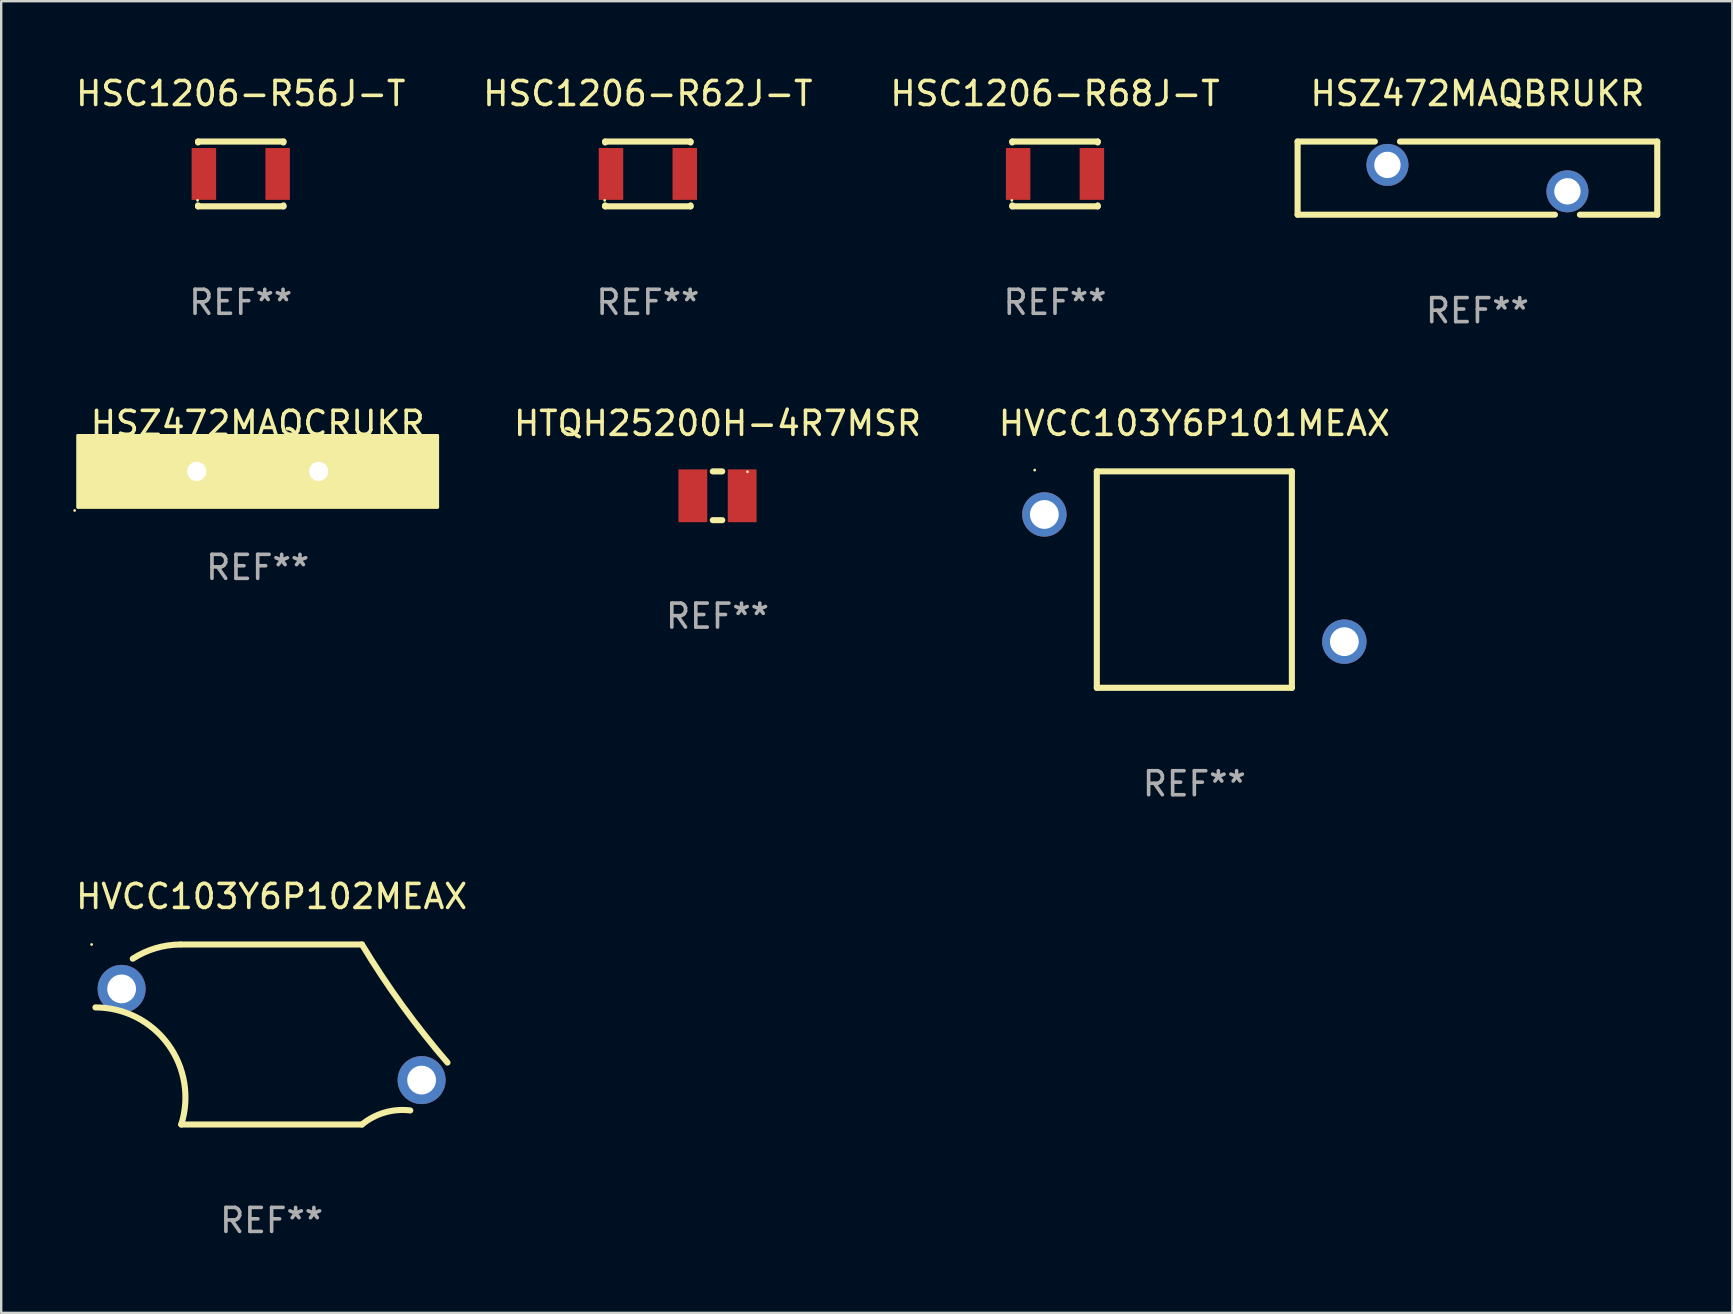
<source format=kicad_pcb>
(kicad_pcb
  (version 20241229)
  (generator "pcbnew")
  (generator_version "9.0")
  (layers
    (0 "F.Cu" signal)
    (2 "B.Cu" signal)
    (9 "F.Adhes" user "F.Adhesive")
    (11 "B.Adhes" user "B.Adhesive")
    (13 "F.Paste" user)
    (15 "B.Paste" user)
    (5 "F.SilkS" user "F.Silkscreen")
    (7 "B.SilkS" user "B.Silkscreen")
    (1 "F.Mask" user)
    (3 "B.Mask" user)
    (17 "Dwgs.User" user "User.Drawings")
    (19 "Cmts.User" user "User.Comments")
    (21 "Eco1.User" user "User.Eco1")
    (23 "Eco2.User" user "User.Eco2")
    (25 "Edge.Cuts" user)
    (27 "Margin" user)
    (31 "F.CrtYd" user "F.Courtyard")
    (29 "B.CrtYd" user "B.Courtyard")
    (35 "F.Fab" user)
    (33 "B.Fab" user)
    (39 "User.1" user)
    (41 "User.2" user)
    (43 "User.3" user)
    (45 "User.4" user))
  (footprint "HSZ472MAQBRUKR"
    (layer "F.Cu")
    (at 58.513 4.372)
    (property "Reference" "HSZ472MAQBRUKR" (at 0 -3.524 0) (layer "F.SilkS") (effects (font (size 1 1) (thickness 0.15))))
    (attr through_hole)
    (fp_line (start -7.493 -1.524) (end -4.272 -1.524) (stroke (width 0.254) (type solid)) (layer "F.SilkS"))
    (fp_line (start -7.493 1.524) (end -7.493 -1.524) (stroke (width 0.254) (type solid)) (layer "F.SilkS"))
    (fp_line (start -3.228 -1.524) (end 7.493 -1.524) (stroke (width 0.254) (type solid)) (layer "F.SilkS"))
    (fp_line (start 3.229 1.524) (end -7.493 1.524) (stroke (width 0.254) (type solid)) (layer "F.SilkS"))
    (fp_line (start 7.493 -1.524) (end 7.493 1.524) (stroke (width 0.254) (type solid)) (layer "F.SilkS"))
    (fp_line (start 7.493 1.524) (end 4.271 1.524) (stroke (width 0.254) (type solid)) (layer "F.SilkS"))
    (fp_circle (center -7.5 1.5) (end -7.47 1.5) (stroke (width 0.06) (type solid)) (fill no) (layer "F.SilkS"))
    (fp_text user "REF**" (at 0 5.524 0) (layer "F.Fab") (effects (font (size 1 1) (thickness 0.15))))
    (pad "1" thru_hole circle (at -3.75 -0.55) (size 1.75 1.75) (drill 1.1) (layers "*.Cu" "*.Mask"))
    (pad "2" thru_hole circle (at 3.75 0.55) (size 1.75 1.75) (drill 1.1) (layers "*.Cu" "*.Mask")))
  (footprint "HVCC103Y6P102MEAX"
    (layer "F.Cu")
    (at 8.268 40.056)
    (property "Reference" "HVCC103Y6P102MEAX" (at 0 -5.75 0) (layer "F.SilkS") (effects (font (size 1 1) (thickness 0.15))))
    (attr through_hole)
    (fp_line (start -3.765 -3.75) (end 3.765 -3.75) (stroke (width 0.254) (type solid)) (layer "F.SilkS"))
    (fp_line (start 3.765 3.75) (end -3.765 3.75) (stroke (width 0.254) (type solid)) (layer "F.SilkS"))
    (fp_arc (start -7.340919 -1.128296) (mid -4.316545 0.404574) (end -3.764669 3.750013) (stroke (width 0.254001) (type solid)) (layer "F.SilkS"))
    (fp_arc (start -5.785801 -3.158623) (mid -4.841812 -3.593539) (end -3.814249 -3.749682) (stroke (width 0.254001) (type solid)) (layer "F.SilkS"))
    (fp_arc (start 3.764669 3.749987) (mid 4.711001 3.251012) (end 5.777318 3.164491) (stroke (width 0.254001) (type solid)) (layer "F.SilkS"))
    (fp_arc (start 7.327433 1.17018) (mid 5.441769 -1.214418) (end 3.764669 -3.750038) (stroke (width 0.254001) (type solid)) (layer "F.SilkS"))
    (fp_circle (center -7.5 -3.75) (end -7.47 -3.75) (stroke (width 0.06) (type solid)) (fill no) (layer "F.SilkS"))
    (fp_text user "REF**" (at 0 7.75 0) (layer "F.Fab") (effects (font (size 1 1) (thickness 0.15))))
    (pad "1" thru_hole circle (at -6.25 -1.9) (size 2 2) (drill 1.2) (layers "*.Cu" "*.Mask"))
    (pad "2" thru_hole circle (at 6.25 1.9) (size 2 2) (drill 1.2) (layers "*.Cu" "*.Mask")))
  (footprint "HSC1206-R68J-T"
    (layer "F.Cu")
    (at 40.911 4.198)
    (property "Reference" "HSC1206-R68J-T" (at 0 -3.35 0) (layer "F.SilkS") (effects (font (size 1 1) (thickness 0.15))))
    (attr through_hole)
    (fp_line (start -1.78 -1.35) (end 1.78 -1.35) (stroke (width 0.254) (type solid)) (layer "F.SilkS"))
    (fp_line (start -1.78 -1.311) (end -1.78 -1.35) (stroke (width 0.254) (type solid)) (layer "F.SilkS"))
    (fp_line (start -1.78 1.35) (end -1.78 1.311) (stroke (width 0.254) (type solid)) (layer "F.SilkS"))
    (fp_line (start -1.78 1.35) (end 1.78 1.35) (stroke (width 0.254) (type solid)) (layer "F.SilkS"))
    (fp_line (start 1.78 -1.35) (end 1.78 -1.311) (stroke (width 0.254) (type solid)) (layer "F.SilkS"))
    (fp_line (start 1.78 1.311) (end 1.78 1.35) (stroke (width 0.254) (type solid)) (layer "F.SilkS"))
    (fp_circle (center -1.8 1.1) (end -1.77 1.1) (stroke (width 0.06) (type solid)) (fill no) (layer "F.SilkS"))
    (fp_text user "REF**" (at 0 5.35 0) (layer "F.Fab") (effects (font (size 1 1) (thickness 0.15))))
    (pad "1" smd rect (at -1.537 0 90) (size 2.16 1.02) (layers "F.Cu" "F.Mask" "F.Paste"))
    (pad "2" smd rect (at 1.537 0 90) (size 2.16 1.02) (layers "F.Cu" "F.Mask" "F.Paste")))
  (footprint "HSC1206-R62J-T"
    (layer "F.Cu")
    (at 23.946 4.198)
    (property "Reference" "HSC1206-R62J-T" (at 0 -3.35 0) (layer "F.SilkS") (effects (font (size 1 1) (thickness 0.15))))
    (attr through_hole)
    (fp_line (start -1.78 -1.35) (end 1.78 -1.35) (stroke (width 0.254) (type solid)) (layer "F.SilkS"))
    (fp_line (start -1.78 -1.311) (end -1.78 -1.35) (stroke (width 0.254) (type solid)) (layer "F.SilkS"))
    (fp_line (start -1.78 1.35) (end -1.78 1.311) (stroke (width 0.254) (type solid)) (layer "F.SilkS"))
    (fp_line (start -1.78 1.35) (end 1.78 1.35) (stroke (width 0.254) (type solid)) (layer "F.SilkS"))
    (fp_line (start 1.78 -1.35) (end 1.78 -1.311) (stroke (width 0.254) (type solid)) (layer "F.SilkS"))
    (fp_line (start 1.78 1.311) (end 1.78 1.35) (stroke (width 0.254) (type solid)) (layer "F.SilkS"))
    (fp_circle (center -1.8 1.1) (end -1.77 1.1) (stroke (width 0.06) (type solid)) (fill no) (layer "F.SilkS"))
    (fp_text user "REF**" (at 0 5.35 0) (layer "F.Fab") (effects (font (size 1 1) (thickness 0.15))))
    (pad "1" smd rect (at -1.537 0 90) (size 2.16 1.02) (layers "F.Cu" "F.Mask" "F.Paste"))
    (pad "2" smd rect (at 1.537 0 90) (size 2.16 1.02) (layers "F.Cu" "F.Mask" "F.Paste")))
  (footprint "HTQH25200H-4R7MSR"
    (layer "F.Cu")
    (at 26.848 17.609)
    (property "Reference" "HTQH25200H-4R7MSR" (at 0 -3.016 0) (layer "F.SilkS") (effects (font (size 1 1) (thickness 0.15))))
    (attr through_hole)
    (fp_line (start -0.197 1.016) (end 0.197 1.016) (stroke (width 0.254) (type solid)) (layer "F.SilkS"))
    (fp_line (start 0.197 -1.016) (end -0.197 -1.016) (stroke (width 0.254) (type solid)) (layer "F.SilkS"))
    (fp_circle (center 1.25 -1) (end 1.28 -1) (stroke (width 0.06) (type solid)) (fill no) (layer "F.SilkS"))
    (fp_text user "REF**" (at 0 5.016 0) (layer "F.Fab") (effects (font (size 1 1) (thickness 0.15))))
    (pad "1" smd rect (at 1.028 0) (size 1.2 2.2) (layers "F.Cu" "F.Mask" "F.Paste"))
    (pad "2" smd rect (at -1.028 0) (size 1.2 2.2) (layers "F.Cu" "F.Mask" "F.Paste")))
  (footprint "HSC1206-R56J-T"
    (layer "F.Cu")
    (at 6.982 4.198)
    (property "Reference" "HSC1206-R56J-T" (at 0 -3.35 0) (layer "F.SilkS") (effects (font (size 1 1) (thickness 0.15))))
    (attr through_hole)
    (fp_line (start -1.78 -1.35) (end 1.78 -1.35) (stroke (width 0.254) (type solid)) (layer "F.SilkS"))
    (fp_line (start -1.78 -1.311) (end -1.78 -1.35) (stroke (width 0.254) (type solid)) (layer "F.SilkS"))
    (fp_line (start -1.78 1.35) (end -1.78 1.311) (stroke (width 0.254) (type solid)) (layer "F.SilkS"))
    (fp_line (start -1.78 1.35) (end 1.78 1.35) (stroke (width 0.254) (type solid)) (layer "F.SilkS"))
    (fp_line (start 1.78 -1.35) (end 1.78 -1.311) (stroke (width 0.254) (type solid)) (layer "F.SilkS"))
    (fp_line (start 1.78 1.311) (end 1.78 1.35) (stroke (width 0.254) (type solid)) (layer "F.SilkS"))
    (fp_circle (center -1.8 1.1) (end -1.77 1.1) (stroke (width 0.06) (type solid)) (fill no) (layer "F.SilkS"))
    (fp_text user "REF**" (at 0 5.35 0) (layer "F.Fab") (effects (font (size 1 1) (thickness 0.15))))
    (pad "1" smd rect (at -1.537 0 90) (size 2.16 1.02) (layers "F.Cu" "F.Mask" "F.Paste"))
    (pad "2" smd rect (at 1.537 0 90) (size 2.16 1.02) (layers "F.Cu" "F.Mask" "F.Paste")))
  (footprint "HVCC103Y6P101MEAX"
    (layer "F.Cu")
    (at 46.717 21.101)
    (property "Reference" "HVCC103Y6P101MEAX" (at 0 -6.509 0) (layer "F.SilkS") (effects (font (size 1 1) (thickness 0.15))))
    (attr through_hole)
    (fp_line (start -4.064 -4.509) (end 4.064 -4.509) (stroke (width 0.254) (type solid)) (layer "F.SilkS"))
    (fp_line (start -4.064 4.509) (end -4.064 -4.509) (stroke (width 0.254) (type solid)) (layer "F.SilkS"))
    (fp_line (start 4.064 -4.509) (end 4.064 4.509) (stroke (width 0.254) (type solid)) (layer "F.SilkS"))
    (fp_line (start 4.064 4.509) (end -4.064 4.509) (stroke (width 0.254) (type solid)) (layer "F.SilkS"))
    (fp_circle (center -6.652 -4.563) (end -6.622 -4.563) (stroke (width 0.06) (type solid)) (fill no) (layer "F.SilkS"))
    (fp_text user "REF**" (at 0 8.509 0) (layer "F.Fab") (effects (font (size 1 1) (thickness 0.15))))
    (pad "1" thru_hole circle (at -6.25 -2.714) (size 1.85 1.85) (drill 1.2) (layers "*.Cu" "*.Mask"))
    (pad "2" thru_hole circle (at 6.25 2.586) (size 1.85 1.85) (drill 1.2) (layers "*.Cu" "*.Mask")))
  (footprint "HSZ472MAQCRUKR"
    (layer "F.Cu")
    (at 7.687 16.593)
    (property "Reference" "HSZ472MAQCRUKR" (at 0 -2 0) (layer "F.SilkS") (effects (font (size 1 1) (thickness 0.15))))
    (attr through_hole)
    (fp_circle (center -7.627 1.627) (end -7.597 1.627) (stroke (width 0.06) (type solid)) (fill no) (layer "F.SilkS"))
    (fp_poly (pts (xy -7.5 -1.5) (xy 7.5 -1.5) (xy 7.5 1.5) (xy -7.5 1.5)) (stroke (width 0.12) (type solid)) (fill yes) (layer "F.SilkS"))
    (fp_text user "REF**" (at 0 4 0) (layer "F.Fab") (effects (font (size 1 1) (thickness 0.15))))
    (pad "1" thru_hole circle (at -2.54 0) (size 1.6 1.6) (drill 0.8) (layers "*.Cu" "*.Mask"))
    (pad "2" thru_hole circle (at 2.54 0) (size 1.6 1.6) (drill 0.8) (layers "*.Cu" "*.Mask")))
  (gr_rect
    (start -3 -3)
    (end 69.133 51.655)
    (stroke (width 0.1) (type default))
    (fill no)
    (layer "Edge.Cuts")))
</source>
